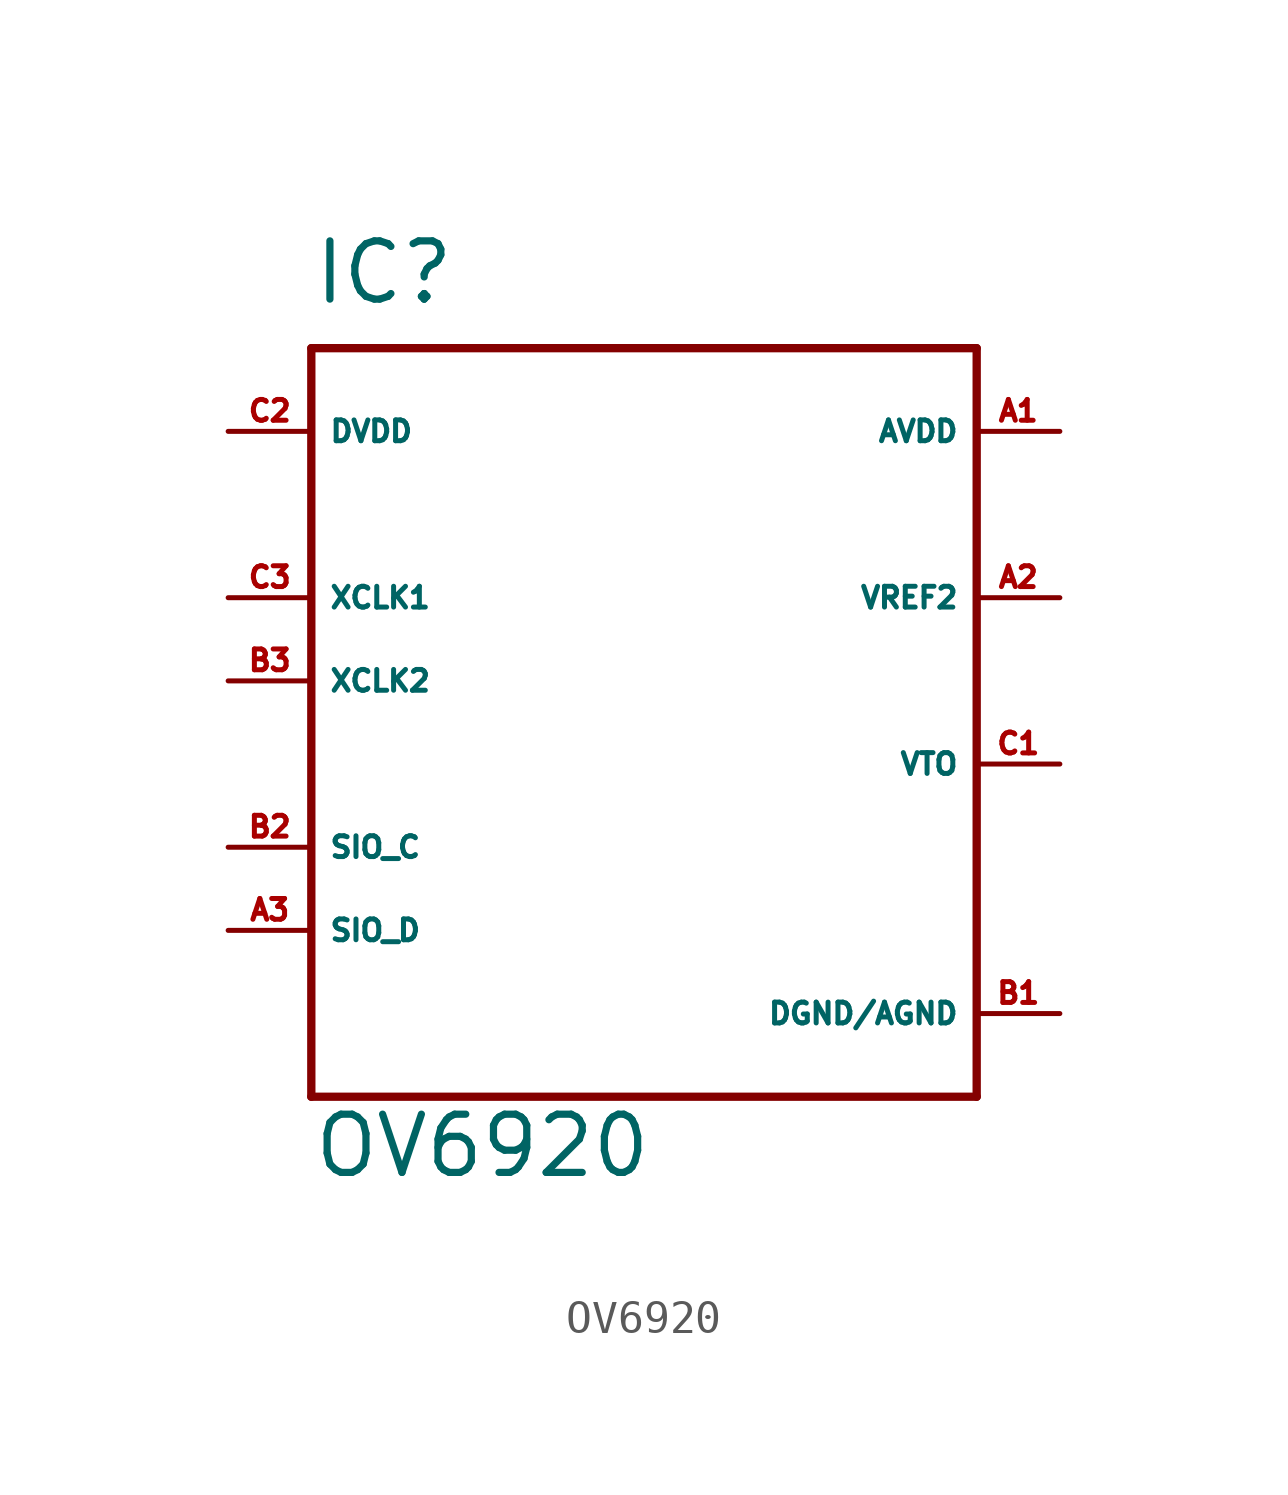
<source format=kicad_sym>
(kicad_symbol_lib
  (version 20220914)
  (generator Eagle2Kicad)
  (symbol "OV6920"
    (property "Reference" "IC"
      (at -10.16 13.97 0)
      (effects (font (size 1.778 1.778) (thickness 0.22)) (justify left bottom)))
    (property "Value" "OV6920"
      (at -10.16 -12.7 0)
      (effects (font (size 1.778 1.778) (thickness 0.22)) (justify left bottom)))
    (polyline
      (pts (xy -10.16 12.7) (xy 10.16 12.7))
      (stroke (width 0.254) (type default))
      (fill (type none)))
    (polyline
      (pts (xy 10.16 12.7) (xy 10.16 -10.16))
      (stroke (width 0.254) (type default))
      (fill (type none)))
    (polyline
      (pts (xy 10.16 -10.16) (xy -10.16 -10.16))
      (stroke (width 0.254) (type default))
      (fill (type none)))
    (polyline
      (pts (xy -10.16 -10.16) (xy -10.16 12.7))
      (stroke (width 0.254) (type default))
      (fill (type none)))
    (pin input line
      (at -12.7 5.08 0)
      (length 2.54)
      (name "XCLK1" (effects (font (size 0.635 0.635) (thickness 0.08)) (justify left bottom)))
      (number "C3" (effects (font (size 0.635 0.635) (thickness 0.08)) (justify left bottom))))
    (pin output line
      (at -12.7 2.54 0)
      (length 2.54)
      (name "XCLK2" (effects (font (size 0.635 0.635) (thickness 0.08)) (justify left bottom)))
      (number "B3" (effects (font (size 0.635 0.635) (thickness 0.08)) (justify left bottom))))
    (pin input line
      (at -12.7 -2.54 0)
      (length 2.54)
      (name "SIO_C" (effects (font (size 0.635 0.635) (thickness 0.08)) (justify left bottom)))
      (number "B2" (effects (font (size 0.635 0.635) (thickness 0.08)) (justify left bottom))))
    (pin bidirectional line
      (at -12.7 -5.08 0)
      (length 2.54)
      (name "SIO_D" (effects (font (size 0.635 0.635) (thickness 0.08)) (justify left bottom)))
      (number "A3" (effects (font (size 0.635 0.635) (thickness 0.08)) (justify left bottom))))
    (pin output line
      (at 12.7 0 180)
      (length 2.54)
      (name "VTO" (effects (font (size 0.635 0.635) (thickness 0.08)) (justify left bottom)))
      (number "C1" (effects (font (size 0.635 0.635) (thickness 0.08)) (justify left bottom))))
    (pin input line
      (at 12.7 10.16 180)
      (length 2.54)
      (name "AVDD" (effects (font (size 0.635 0.635) (thickness 0.08)) (justify left bottom)))
      (number "A1" (effects (font (size 0.635 0.635) (thickness 0.08)) (justify left bottom))))
    (pin input line
      (at -12.7 10.16 0)
      (length 2.54)
      (name "DVDD" (effects (font (size 0.635 0.635) (thickness 0.08)) (justify left bottom)))
      (number "C2" (effects (font (size 0.635 0.635) (thickness 0.08)) (justify left bottom))))
    (pin input line
      (at 12.7 -7.62 180)
      (length 2.54)
      (name "DGND/AGND" (effects (font (size 0.635 0.635) (thickness 0.08)) (justify left bottom)))
      (number "B1" (effects (font (size 0.635 0.635) (thickness 0.08)) (justify left bottom))))
    (pin input line
      (at 12.7 5.08 180)
      (length 2.54)
      (name "VREF2" (effects (font (size 0.635 0.635) (thickness 0.08)) (justify left bottom)))
      (number "A2" (effects (font (size 0.635 0.635) (thickness 0.08)) (justify left bottom))))))
</source>
